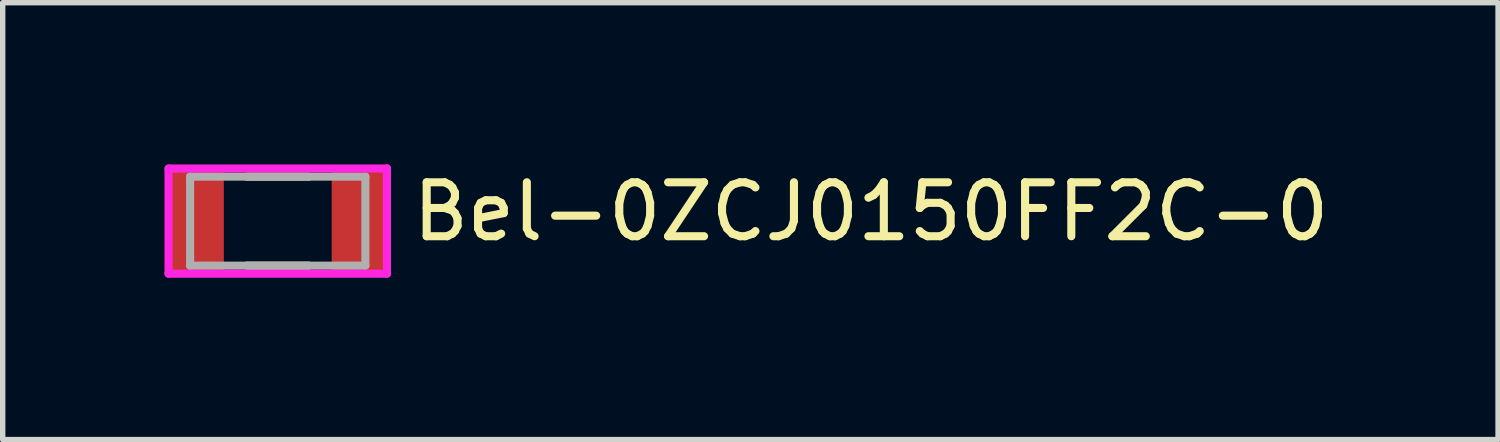
<source format=kicad_pcb>
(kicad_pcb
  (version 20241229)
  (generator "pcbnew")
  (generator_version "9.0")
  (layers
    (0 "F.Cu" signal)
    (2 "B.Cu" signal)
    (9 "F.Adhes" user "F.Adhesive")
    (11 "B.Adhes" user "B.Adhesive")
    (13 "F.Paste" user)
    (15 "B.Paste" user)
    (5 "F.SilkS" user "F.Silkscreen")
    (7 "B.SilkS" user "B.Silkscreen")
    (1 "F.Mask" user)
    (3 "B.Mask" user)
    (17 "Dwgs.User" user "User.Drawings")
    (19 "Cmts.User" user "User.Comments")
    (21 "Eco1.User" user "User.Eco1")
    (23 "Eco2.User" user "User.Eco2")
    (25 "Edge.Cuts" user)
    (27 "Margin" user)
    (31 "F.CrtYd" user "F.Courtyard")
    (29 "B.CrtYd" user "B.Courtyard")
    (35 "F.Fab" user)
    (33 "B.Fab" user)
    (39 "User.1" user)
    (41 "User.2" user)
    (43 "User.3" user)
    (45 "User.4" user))
  (footprint "Bel-0ZCJ0150FF2C-0"
    (layer "F.Cu")
    (at 2.1 1.05)
    (property "Reference" "Bel-0ZCJ0150FF2C-0" (at 2.425 -0.175 0) (layer "F.SilkS") (effects (font (size 1 1) (thickness 0.15)) (justify left)))
    (attr through_hole)
    (fp_line (start 0.575 -0.825) (end -0.575 -0.825) (stroke (width 0.15) (type solid)) (layer "F.SilkS"))
    (fp_line (start 0.575 0.825) (end -0.575 0.825) (stroke (width 0.15) (type solid)) (layer "F.SilkS"))
    (fp_line (start -2.025 -0.975) (end -2.025 0.975) (stroke (width 0.15) (type solid)) (layer "F.CrtYd"))
    (fp_line (start -2.025 0.975) (end 2.025 0.975) (stroke (width 0.15) (type solid)) (layer "F.CrtYd"))
    (fp_line (start 2.025 -0.975) (end -2.025 -0.975) (stroke (width 0.15) (type solid)) (layer "F.CrtYd"))
    (fp_line (start 2.025 -0.975) (end 2.025 -0.975) (stroke (width 0.15) (type solid)) (layer "F.CrtYd"))
    (fp_line (start 2.025 0.975) (end 2.025 -0.975) (stroke (width 0.15) (type solid)) (layer "F.CrtYd"))
    (fp_line (start -1.625 -0.825) (end 1.625 -0.825) (stroke (width 0.15) (type solid)) (layer "F.Fab"))
    (fp_line (start -1.625 0.825) (end -1.625 -0.825) (stroke (width 0.15) (type solid)) (layer "F.Fab"))
    (fp_line (start 1.625 -0.825) (end 1.625 0.825) (stroke (width 0.15) (type solid)) (layer "F.Fab"))
    (fp_line (start 1.625 0.825) (end -1.625 0.825) (stroke (width 0.15) (type solid)) (layer "F.Fab"))
    (pad "1" smd rect (at -1.5 0) (size 1 1.9) (layers "F.Cu" "F.Mask" "F.Paste"))
    (pad "2" smd rect (at 1.5 0) (size 1 1.9) (layers "F.Cu" "F.Mask" "F.Paste")))
  (gr_rect
    (start -3 -3)
    (end 24.727 5.1)
    (stroke (width 0.1) (type default))
    (fill no)
    (layer "Edge.Cuts")))
</source>
